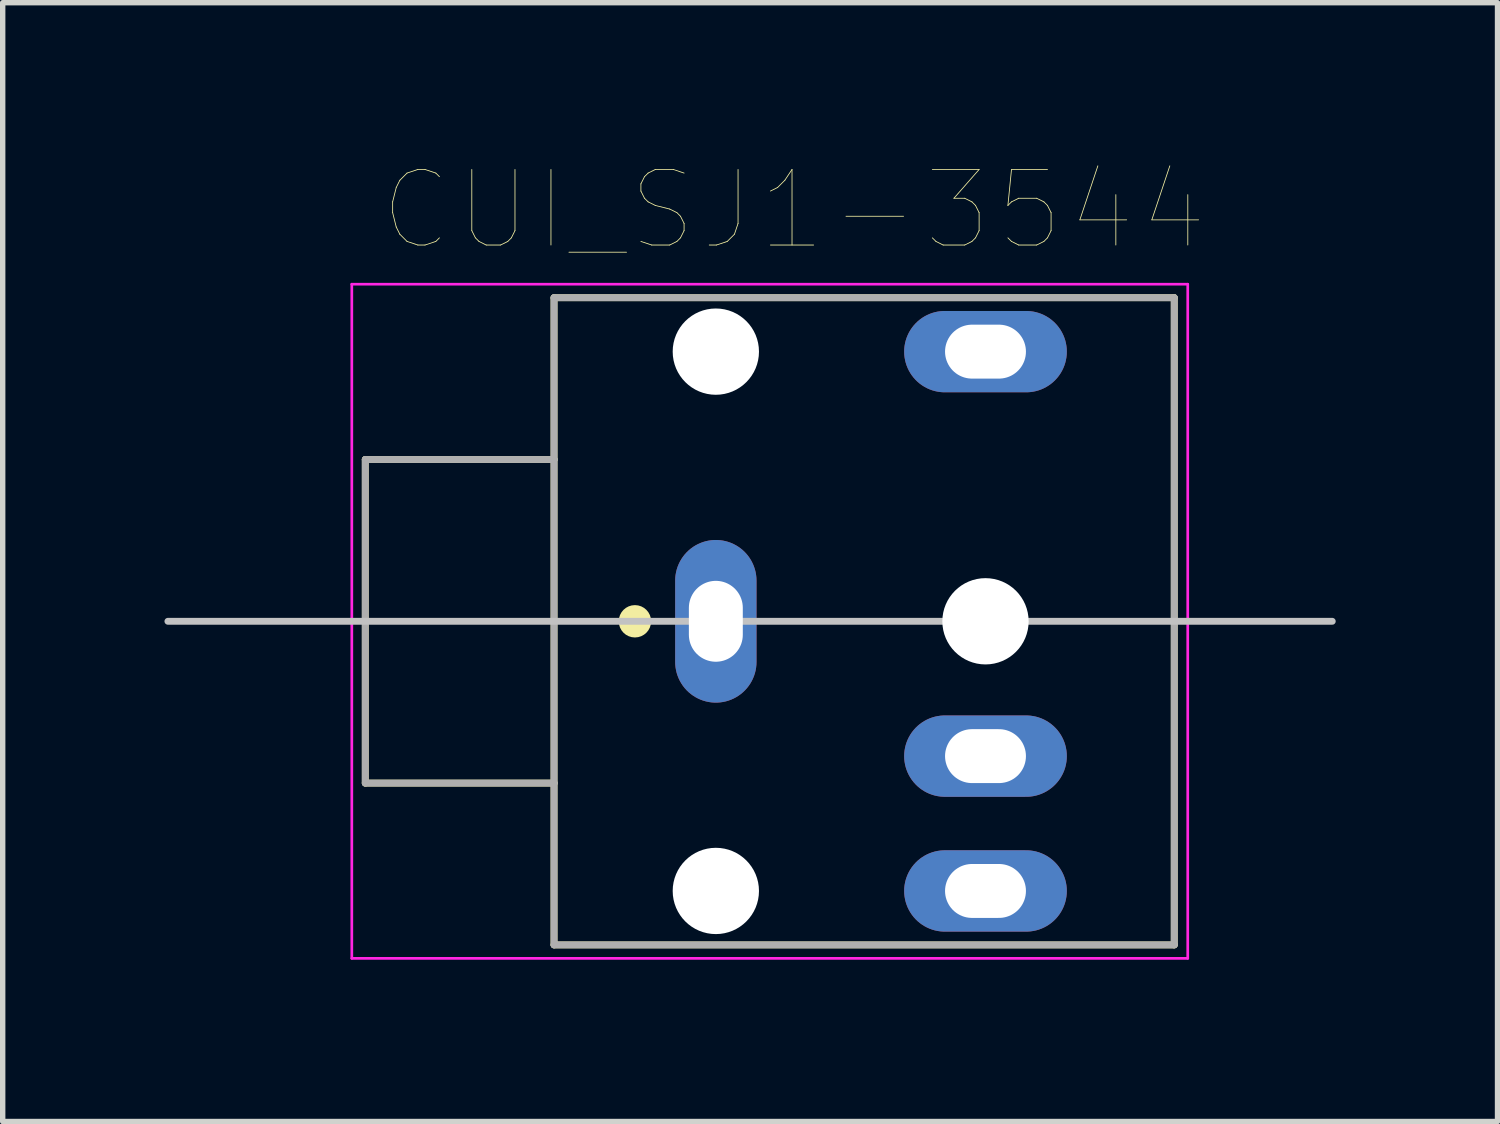
<source format=kicad_pcb>
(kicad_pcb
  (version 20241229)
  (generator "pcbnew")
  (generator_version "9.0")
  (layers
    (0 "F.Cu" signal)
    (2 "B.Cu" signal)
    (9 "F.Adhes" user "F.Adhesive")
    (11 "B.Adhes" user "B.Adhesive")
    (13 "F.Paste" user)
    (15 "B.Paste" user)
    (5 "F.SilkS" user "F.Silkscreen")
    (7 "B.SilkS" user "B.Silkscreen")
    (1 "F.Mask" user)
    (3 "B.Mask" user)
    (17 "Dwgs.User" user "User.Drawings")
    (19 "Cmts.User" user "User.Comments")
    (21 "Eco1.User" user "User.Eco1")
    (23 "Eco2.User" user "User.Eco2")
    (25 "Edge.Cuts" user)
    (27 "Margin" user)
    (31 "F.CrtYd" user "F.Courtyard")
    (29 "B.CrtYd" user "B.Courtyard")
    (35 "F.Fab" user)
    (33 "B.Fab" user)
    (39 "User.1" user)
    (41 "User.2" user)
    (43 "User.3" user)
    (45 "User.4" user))
  (footprint "CUI_SJ1-3544"
    (layer "F.Cu")
    (at 10.223 8.47)
    (property "Reference" "CUI_SJ1-3544" (at 1.446 -7.624 0) (layer "F.SilkS") (effects (font (size 1.401 1.401) (thickness 0.015))))
    (attr through_hole)
    (fp_line (start -6.5 -3) (end -6.5 3) (stroke (width 0.127) (type solid)) (layer "F.SilkS"))
    (fp_line (start -6.5 3) (end -3 3) (stroke (width 0.127) (type solid)) (layer "F.SilkS"))
    (fp_line (start -3 -6) (end -3 -3) (stroke (width 0.127) (type solid)) (layer "F.SilkS"))
    (fp_line (start -3 -6) (end 8.5 -6) (stroke (width 0.127) (type solid)) (layer "F.SilkS"))
    (fp_line (start -3 -3) (end -6.5 -3) (stroke (width 0.127) (type solid)) (layer "F.SilkS"))
    (fp_line (start -3 -3) (end -3 3) (stroke (width 0.127) (type solid)) (layer "F.SilkS"))
    (fp_line (start -3 3) (end -3 6) (stroke (width 0.127) (type solid)) (layer "F.SilkS"))
    (fp_line (start 8.5 -6) (end 8.5 6) (stroke (width 0.127) (type solid)) (layer "F.SilkS"))
    (fp_line (start 8.5 6) (end -3 6) (stroke (width 0.127) (type solid)) (layer "F.SilkS"))
    (fp_circle (center -1.5 0) (end -1.35 0) (stroke (width 0.3) (type solid)) (fill no) (layer "F.SilkS"))
    (fp_line (start -10.16 0) (end 11.43 0) (stroke (width 0.127) (type solid)) (layer "Dwgs.User"))
    (fp_line (start -6.75 -6.25) (end 8.75 -6.25) (stroke (width 0.05) (type solid)) (layer "F.CrtYd"))
    (fp_line (start -6.75 6.25) (end -6.75 -6.25) (stroke (width 0.05) (type solid)) (layer "F.CrtYd"))
    (fp_line (start 8.75 -6.25) (end 8.75 6.25) (stroke (width 0.05) (type solid)) (layer "F.CrtYd"))
    (fp_line (start 8.75 6.25) (end -6.75 6.25) (stroke (width 0.05) (type solid)) (layer "F.CrtYd"))
    (fp_line (start -6.5 -3) (end -6.5 3) (stroke (width 0.127) (type solid)) (layer "F.Fab"))
    (fp_line (start -6.5 3) (end -3 3) (stroke (width 0.127) (type solid)) (layer "F.Fab"))
    (fp_line (start -3 -6) (end 8.5 -6) (stroke (width 0.127) (type solid)) (layer "F.Fab"))
    (fp_line (start -3 -3) (end -6.5 -3) (stroke (width 0.127) (type solid)) (layer "F.Fab"))
    (fp_line (start -3 -3) (end -3 -6) (stroke (width 0.127) (type solid)) (layer "F.Fab"))
    (fp_line (start -3 3) (end -3 -3) (stroke (width 0.127) (type solid)) (layer "F.Fab"))
    (fp_line (start -3 6) (end -3 3) (stroke (width 0.127) (type solid)) (layer "F.Fab"))
    (fp_line (start 8.5 -6) (end 8.5 6) (stroke (width 0.127) (type solid)) (layer "F.Fab"))
    (fp_line (start 8.5 6) (end -3 6) (stroke (width 0.127) (type solid)) (layer "F.Fab"))
    (pad "" np_thru_hole circle (at 0 -5) (size 1.6 1.6) (drill 1.6) (layers "*.Cu" "*.Mask"))
    (pad "" np_thru_hole circle (at 0 5) (size 1.6 1.6) (drill 1.6) (layers "*.Cu" "*.Mask"))
    (pad "" np_thru_hole circle (at 5 0) (size 1.6 1.6) (drill 1.6) (layers "*.Cu" "*.Mask"))
    (pad "1" thru_hole oval (at 0 0) (size 1.508 3.016) (drill oval 1 1.5) (layers "*.Cu" "*.Mask"))
    (pad "2" thru_hole oval (at 5 5) (size 3.016 1.508) (drill oval 1.5 1) (layers "*.Cu" "*.Mask"))
    (pad "3" thru_hole oval (at 5 -5) (size 3.016 1.508) (drill oval 1.5 1) (layers "*.Cu" "*.Mask"))
    (pad "4" thru_hole oval (at 5 2.5) (size 3.016 1.508) (drill oval 1.5 1) (layers "*.Cu" "*.Mask")))
  (gr_rect
    (start -3 -3)
    (end 24.717 17.745)
    (stroke (width 0.1) (type default))
    (fill no)
    (layer "Edge.Cuts")))
</source>
